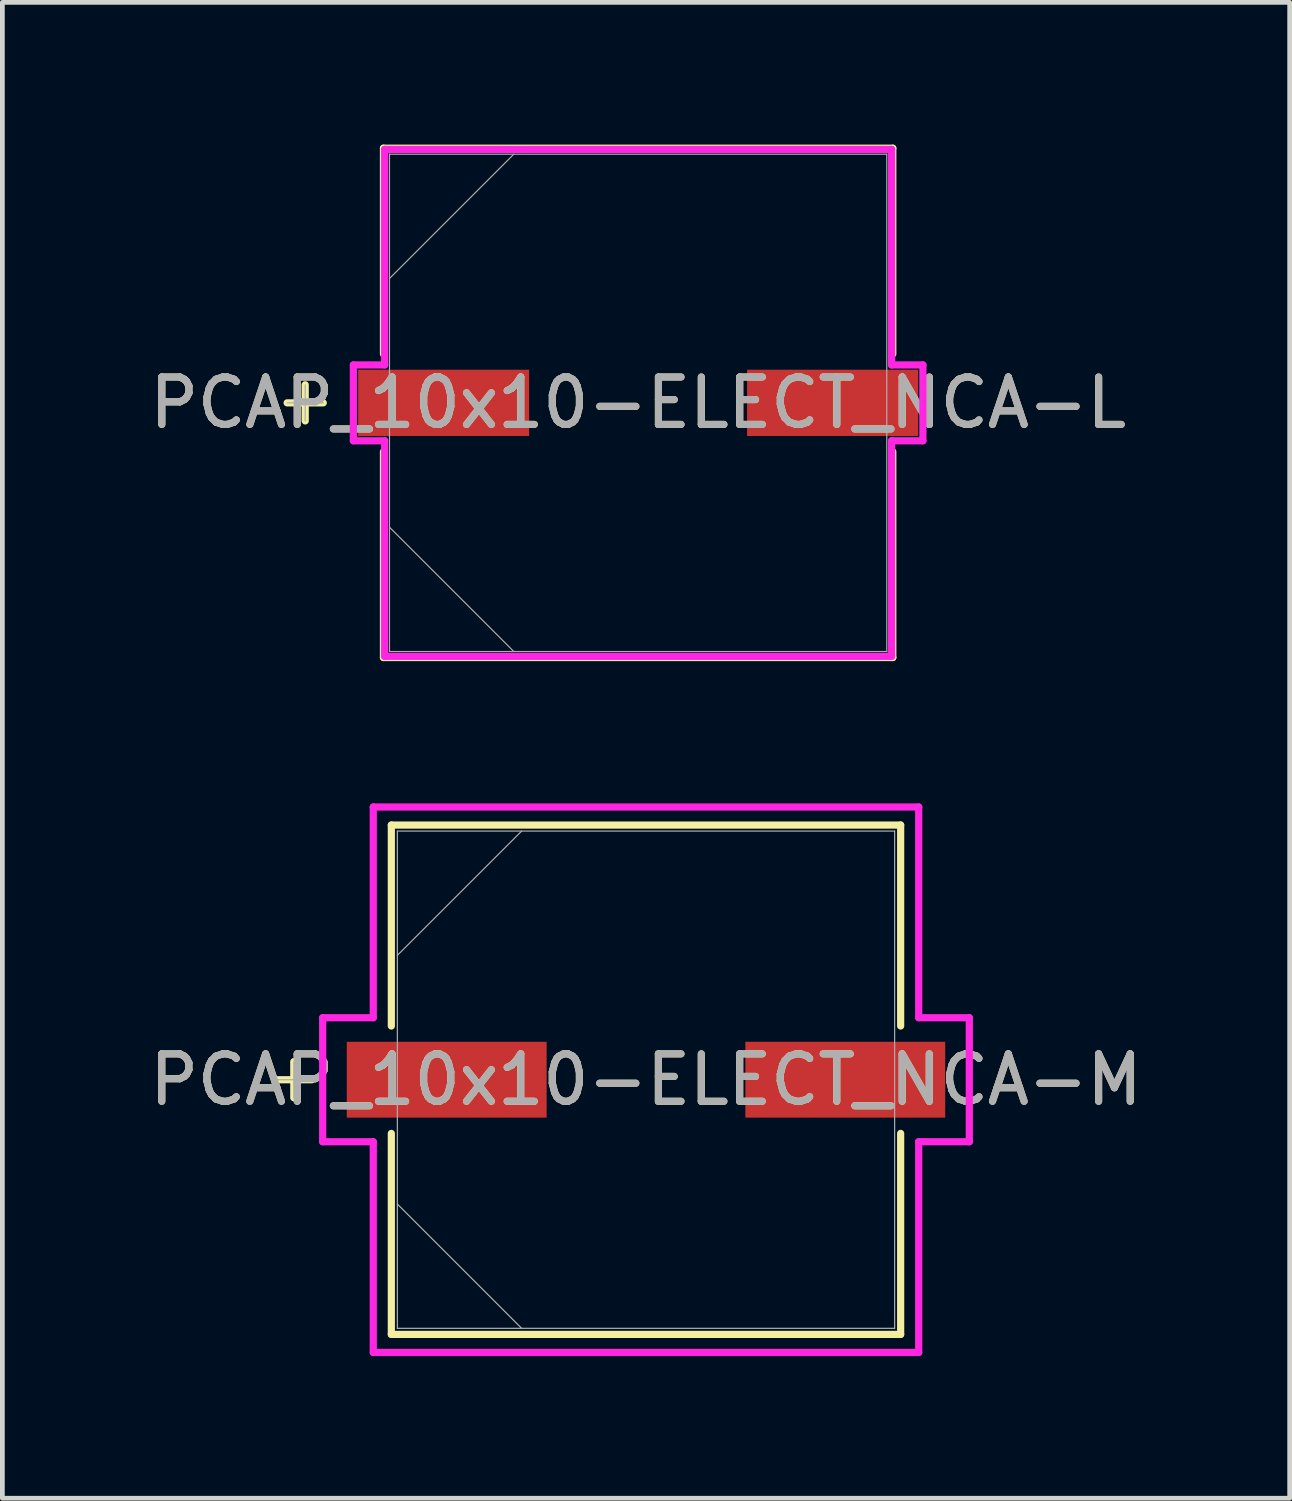
<source format=kicad_pcb>
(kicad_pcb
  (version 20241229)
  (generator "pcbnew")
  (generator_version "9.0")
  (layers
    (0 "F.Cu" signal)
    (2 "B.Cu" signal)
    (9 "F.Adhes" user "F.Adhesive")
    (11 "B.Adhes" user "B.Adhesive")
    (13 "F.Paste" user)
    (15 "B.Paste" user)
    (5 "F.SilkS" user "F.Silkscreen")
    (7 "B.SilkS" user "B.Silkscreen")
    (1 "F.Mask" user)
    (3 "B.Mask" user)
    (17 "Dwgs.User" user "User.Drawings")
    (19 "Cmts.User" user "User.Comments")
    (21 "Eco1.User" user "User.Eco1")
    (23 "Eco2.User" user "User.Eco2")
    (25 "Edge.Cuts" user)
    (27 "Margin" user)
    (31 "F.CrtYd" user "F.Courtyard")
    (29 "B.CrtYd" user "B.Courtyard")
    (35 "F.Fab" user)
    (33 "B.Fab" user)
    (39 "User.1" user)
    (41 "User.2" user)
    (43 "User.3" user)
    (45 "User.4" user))
  (footprint "PCAP_10x10-ELECT_NCA-L"
    (layer "F.Cu")
    (at 10.411 5.448)
    (property "Reference" "PCAP_10x10-ELECT_NCA-L" (at 0 0 0) (unlocked yes) (layer "F.SilkS") (effects (font (size 1 1) (thickness 0.15))))
    (attr smd)
    (fp_line (start -7.023 -0.381) (end -7.023 0.381) (stroke (width 0.152) (type solid)) (layer "F.SilkS"))
    (fp_line (start -6.642 0) (end -7.404 0) (stroke (width 0.152) (type solid)) (layer "F.SilkS"))
    (fp_line (start -5.372 -5.372) (end -5.372 -1.031) (stroke (width 0.152) (type solid)) (layer "F.SilkS"))
    (fp_line (start -5.372 1.031) (end -5.372 5.372) (stroke (width 0.152) (type solid)) (layer "F.SilkS"))
    (fp_line (start -5.372 5.372) (end 5.372 5.372) (stroke (width 0.152) (type solid)) (layer "F.SilkS"))
    (fp_line (start 5.372 -5.372) (end -5.372 -5.372) (stroke (width 0.152) (type solid)) (layer "F.SilkS"))
    (fp_line (start 5.372 -1.031) (end 5.372 -5.372) (stroke (width 0.152) (type solid)) (layer "F.SilkS"))
    (fp_line (start 5.372 5.372) (end 5.372 1.031) (stroke (width 0.152) (type solid)) (layer "F.SilkS"))
    (fp_line (start -6.007 -0.8) (end -5.347 -0.8) (stroke (width 0.152) (type solid)) (layer "F.CrtYd"))
    (fp_line (start -6.007 0.8) (end -6.007 -0.8) (stroke (width 0.152) (type solid)) (layer "F.CrtYd"))
    (fp_line (start -5.347 -5.347) (end 5.347 -5.347) (stroke (width 0.152) (type solid)) (layer "F.CrtYd"))
    (fp_line (start -5.347 -0.8) (end -5.347 -5.347) (stroke (width 0.152) (type solid)) (layer "F.CrtYd"))
    (fp_line (start -5.347 0.8) (end -6.007 0.8) (stroke (width 0.152) (type solid)) (layer "F.CrtYd"))
    (fp_line (start -5.347 5.347) (end -5.347 0.8) (stroke (width 0.152) (type solid)) (layer "F.CrtYd"))
    (fp_line (start 5.347 -5.347) (end 5.347 -0.8) (stroke (width 0.152) (type solid)) (layer "F.CrtYd"))
    (fp_line (start 5.347 -0.8) (end 6.007 -0.8) (stroke (width 0.152) (type solid)) (layer "F.CrtYd"))
    (fp_line (start 5.347 0.8) (end 5.347 5.347) (stroke (width 0.152) (type solid)) (layer "F.CrtYd"))
    (fp_line (start 5.347 5.347) (end -5.347 5.347) (stroke (width 0.152) (type solid)) (layer "F.CrtYd"))
    (fp_line (start 6.007 -0.8) (end 6.007 0.8) (stroke (width 0.152) (type solid)) (layer "F.CrtYd"))
    (fp_line (start 6.007 0.8) (end 5.347 0.8) (stroke (width 0.152) (type solid)) (layer "F.CrtYd"))
    (fp_line (start -7.023 -0.381) (end -7.023 0.381) (stroke (width 0.025) (type solid)) (layer "F.Fab"))
    (fp_line (start -6.642 0) (end -7.404 0) (stroke (width 0.025) (type solid)) (layer "F.Fab"))
    (fp_line (start -5.245 -5.245) (end -5.245 5.245) (stroke (width 0.025) (type solid)) (layer "F.Fab"))
    (fp_line (start -5.245 -2.623) (end -2.623 -5.245) (stroke (width 0.025) (type solid)) (layer "F.Fab"))
    (fp_line (start -5.245 2.623) (end -2.623 5.245) (stroke (width 0.025) (type solid)) (layer "F.Fab"))
    (fp_line (start -5.245 5.245) (end 5.245 5.245) (stroke (width 0.025) (type solid)) (layer "F.Fab"))
    (fp_line (start 5.245 -5.245) (end -5.245 -5.245) (stroke (width 0.025) (type solid)) (layer "F.Fab"))
    (fp_line (start 5.245 5.245) (end 5.245 -5.245) (stroke (width 0.025) (type solid)) (layer "F.Fab"))
    (fp_text user "${REFERENCE}" (at 0 0 0) (unlocked yes) (layer "F.Fab") (effects (font (size 1 1) (thickness 0.15))))
    (pad "1" smd rect (at -4.102 0) (size 3.607 1.397) (layers "F.Cu" "F.Mask" "F.Paste"))
    (pad "2" smd rect (at 4.102 0) (size 3.607 1.397) (layers "F.Cu" "F.Mask" "F.Paste"))
    (zone (net_name "") (layer "F.Cu") (hatch full 0.508) (connect_pads) (min_thickness 0.254) (filled_areas_thickness no) (keepout (tracks not_allowed) (vias not_allowed) (pads allowed) (copperpour not_allowed) (footprints allowed)) (placement (enabled no)) (fill) (polygon (pts (xy 5.216 0.254) (xy 15.605 0.254) (xy 15.605 4.699) (xy 5.216 4.699))))
    (zone (net_name "") (layer "F.Cu") (hatch full 0.508) (connect_pads) (min_thickness 0.254) (filled_areas_thickness no) (keepout (tracks not_allowed) (vias not_allowed) (pads allowed) (copperpour not_allowed) (footprints allowed)) (placement (enabled no)) (fill) (polygon (pts (xy 5.216 6.198) (xy 15.605 6.198) (xy 15.605 10.643) (xy 5.216 10.643))))
    (zone (net_name "") (layer "F.Cu") (hatch full 0.508) (connect_pads) (min_thickness 0.254) (filled_areas_thickness no) (keepout (tracks not_allowed) (vias not_allowed) (pads allowed) (copperpour not_allowed) (footprints allowed)) (placement (enabled no)) (fill) (polygon (pts (xy 7.96 4.699) (xy 12.862 4.699) (xy 12.862 6.198) (xy 7.96 6.198)))))
  (footprint "PCAP_10x10-ELECT_NCA-M"
    (layer "F.Cu")
    (at 10.577 19.726)
    (property "Reference" "PCAP_10x10-ELECT_NCA-M" (at 0 0 0) (unlocked yes) (layer "F.SilkS") (effects (font (size 1 1) (thickness 0.15))))
    (attr smd)
    (fp_line (start -7.429 -0.381) (end -7.429 0.381) (stroke (width 0.152) (type solid)) (layer "F.SilkS"))
    (fp_line (start -7.048 0) (end -7.811 0) (stroke (width 0.152) (type solid)) (layer "F.SilkS"))
    (fp_line (start -5.372 -5.372) (end -5.372 -1.133) (stroke (width 0.152) (type solid)) (layer "F.SilkS"))
    (fp_line (start -5.372 1.133) (end -5.372 5.372) (stroke (width 0.152) (type solid)) (layer "F.SilkS"))
    (fp_line (start -5.372 5.372) (end 5.372 5.372) (stroke (width 0.152) (type solid)) (layer "F.SilkS"))
    (fp_line (start 5.372 -5.372) (end -5.372 -5.372) (stroke (width 0.152) (type solid)) (layer "F.SilkS"))
    (fp_line (start 5.372 -1.133) (end 5.372 -5.372) (stroke (width 0.152) (type solid)) (layer "F.SilkS"))
    (fp_line (start 5.372 5.372) (end 5.372 1.133) (stroke (width 0.152) (type solid)) (layer "F.SilkS"))
    (fp_line (start -6.82 -1.308) (end -5.753 -1.308) (stroke (width 0.152) (type solid)) (layer "F.CrtYd"))
    (fp_line (start -6.82 1.308) (end -6.82 -1.308) (stroke (width 0.152) (type solid)) (layer "F.CrtYd"))
    (fp_line (start -5.753 -5.753) (end 5.753 -5.753) (stroke (width 0.152) (type solid)) (layer "F.CrtYd"))
    (fp_line (start -5.753 -1.308) (end -5.753 -5.753) (stroke (width 0.152) (type solid)) (layer "F.CrtYd"))
    (fp_line (start -5.753 1.308) (end -6.82 1.308) (stroke (width 0.152) (type solid)) (layer "F.CrtYd"))
    (fp_line (start -5.753 5.753) (end -5.753 1.308) (stroke (width 0.152) (type solid)) (layer "F.CrtYd"))
    (fp_line (start 5.753 -5.753) (end 5.753 -1.308) (stroke (width 0.152) (type solid)) (layer "F.CrtYd"))
    (fp_line (start 5.753 -1.308) (end 6.82 -1.308) (stroke (width 0.152) (type solid)) (layer "F.CrtYd"))
    (fp_line (start 5.753 1.308) (end 5.753 5.753) (stroke (width 0.152) (type solid)) (layer "F.CrtYd"))
    (fp_line (start 5.753 5.753) (end -5.753 5.753) (stroke (width 0.152) (type solid)) (layer "F.CrtYd"))
    (fp_line (start 6.82 -1.308) (end 6.82 1.308) (stroke (width 0.152) (type solid)) (layer "F.CrtYd"))
    (fp_line (start 6.82 1.308) (end 5.753 1.308) (stroke (width 0.152) (type solid)) (layer "F.CrtYd"))
    (fp_line (start -7.429 -0.381) (end -7.429 0.381) (stroke (width 0.025) (type solid)) (layer "F.Fab"))
    (fp_line (start -7.048 0) (end -7.811 0) (stroke (width 0.025) (type solid)) (layer "F.Fab"))
    (fp_line (start -5.245 -5.245) (end -5.245 5.245) (stroke (width 0.025) (type solid)) (layer "F.Fab"))
    (fp_line (start -5.245 -2.623) (end -2.623 -5.245) (stroke (width 0.025) (type solid)) (layer "F.Fab"))
    (fp_line (start -5.245 2.623) (end -2.623 5.245) (stroke (width 0.025) (type solid)) (layer "F.Fab"))
    (fp_line (start -5.245 5.245) (end 5.245 5.245) (stroke (width 0.025) (type solid)) (layer "F.Fab"))
    (fp_line (start 5.245 -5.245) (end -5.245 -5.245) (stroke (width 0.025) (type solid)) (layer "F.Fab"))
    (fp_line (start 5.245 5.245) (end 5.245 -5.245) (stroke (width 0.025) (type solid)) (layer "F.Fab"))
    (fp_text user "${REFERENCE}" (at 0 0 0) (unlocked yes) (layer "F.Fab") (effects (font (size 1 1) (thickness 0.15))))
    (pad "1" smd rect (at -4.204 0) (size 4.216 1.6) (layers "F.Cu" "F.Mask" "F.Paste"))
    (pad "2" smd rect (at 4.204 0) (size 4.216 1.6) (layers "F.Cu" "F.Mask" "F.Paste"))
    (zone (net_name "") (layer "F.Cu") (hatch full 0.508) (connect_pads) (min_thickness 0.254) (filled_areas_thickness no) (keepout (tracks not_allowed) (vias not_allowed) (pads allowed) (copperpour not_allowed) (footprints allowed)) (placement (enabled no)) (fill) (polygon (pts (xy 5.383 14.532) (xy 15.772 14.532) (xy 15.772 18.875) (xy 5.383 18.875))))
    (zone (net_name "") (layer "F.Cu") (hatch full 0.508) (connect_pads) (min_thickness 0.254) (filled_areas_thickness no) (keepout (tracks not_allowed) (vias not_allowed) (pads allowed) (copperpour not_allowed) (footprints allowed)) (placement (enabled no)) (fill) (polygon (pts (xy 5.383 20.577) (xy 15.772 20.577) (xy 15.772 24.92) (xy 5.383 24.92))))
    (zone (net_name "") (layer "F.Cu") (hatch full 0.508) (connect_pads) (min_thickness 0.254) (filled_areas_thickness no) (keepout (tracks not_allowed) (vias not_allowed) (pads allowed) (copperpour not_allowed) (footprints allowed)) (placement (enabled no)) (fill) (polygon (pts (xy 8.329 18.875) (xy 12.825 18.875) (xy 12.825 20.577) (xy 8.329 20.577)))))
  (gr_rect
    (start -3 -3)
    (end 24.155 28.555)
    (stroke (width 0.1) (type default))
    (fill no)
    (layer "Edge.Cuts")))
</source>
